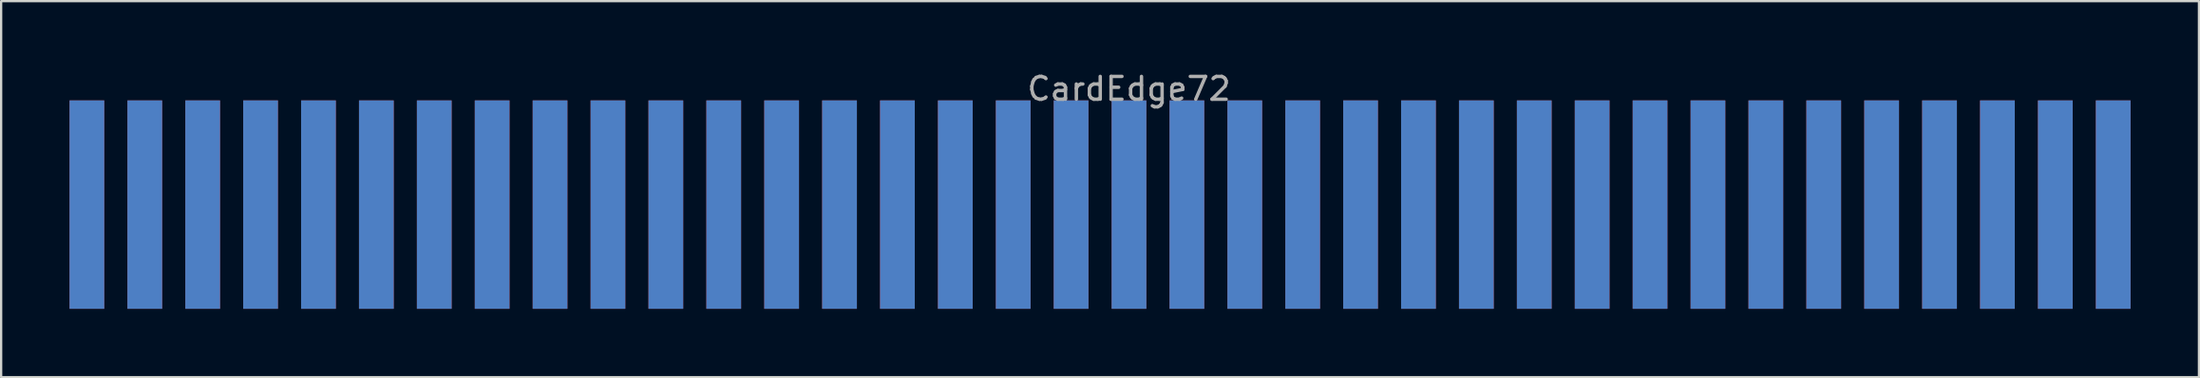
<source format=kicad_pcb>
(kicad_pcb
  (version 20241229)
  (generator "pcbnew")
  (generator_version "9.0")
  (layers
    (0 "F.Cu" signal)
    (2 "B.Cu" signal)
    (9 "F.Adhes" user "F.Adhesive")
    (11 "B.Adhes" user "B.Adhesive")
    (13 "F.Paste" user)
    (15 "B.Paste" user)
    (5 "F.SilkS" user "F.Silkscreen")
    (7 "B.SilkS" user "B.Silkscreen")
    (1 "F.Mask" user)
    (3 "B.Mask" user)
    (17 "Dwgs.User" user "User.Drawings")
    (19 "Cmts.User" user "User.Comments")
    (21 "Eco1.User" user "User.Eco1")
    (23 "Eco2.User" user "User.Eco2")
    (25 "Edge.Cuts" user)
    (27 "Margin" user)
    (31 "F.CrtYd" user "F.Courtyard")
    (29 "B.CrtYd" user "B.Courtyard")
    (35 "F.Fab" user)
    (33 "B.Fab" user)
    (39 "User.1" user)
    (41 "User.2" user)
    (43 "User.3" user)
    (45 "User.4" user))
  (footprint "CardEdge72"
    (layer "F.Cu")
    (at 46.482 5.928)
    (property "Reference" "CardEdge72" (at 0 -5.08 0) (layer "F.Fab") (effects (font (size 1 1) (thickness 0.15))))
    (attr through_hole)
    (pad "1" connect rect (at -45.72 0) (size 1.524 9.144) (layers "B.Cu"))
    (pad "2" connect rect (at -45.72 0) (size 1.524 9.144) (layers "F.Cu"))
    (pad "3" connect rect (at -43.18 0) (size 1.524 9.144) (layers "B.Cu"))
    (pad "4" connect rect (at -43.18 0) (size 1.524 9.144) (layers "F.Cu"))
    (pad "5" connect rect (at -40.64 0) (size 1.524 9.144) (layers "B.Cu"))
    (pad "6" connect rect (at -40.64 0) (size 1.524 9.144) (layers "F.Cu"))
    (pad "7" connect rect (at -38.1 0) (size 1.524 9.144) (layers "B.Cu"))
    (pad "8" connect rect (at -38.1 0) (size 1.524 9.144) (layers "F.Cu"))
    (pad "9" connect rect (at -35.56 0) (size 1.524 9.144) (layers "B.Cu"))
    (pad "10" connect rect (at -35.56 0) (size 1.524 9.144) (layers "F.Cu"))
    (pad "11" connect rect (at -33.02 0) (size 1.524 9.144) (layers "B.Cu"))
    (pad "12" connect rect (at -33.02 0) (size 1.524 9.144) (layers "F.Cu"))
    (pad "13" connect rect (at -30.48 0) (size 1.524 9.144) (layers "B.Cu"))
    (pad "14" connect rect (at -30.48 0) (size 1.524 9.144) (layers "F.Cu"))
    (pad "15" connect rect (at -27.94 0) (size 1.524 9.144) (layers "B.Cu"))
    (pad "16" connect rect (at -27.94 0) (size 1.524 9.144) (layers "F.Cu"))
    (pad "17" connect rect (at -25.4 0) (size 1.524 9.144) (layers "B.Cu"))
    (pad "18" connect rect (at -25.4 0) (size 1.524 9.144) (layers "F.Cu"))
    (pad "19" connect rect (at -22.86 0) (size 1.524 9.144) (layers "B.Cu"))
    (pad "20" connect rect (at -22.86 0) (size 1.524 9.144) (layers "F.Cu"))
    (pad "21" connect rect (at -20.32 0) (size 1.524 9.144) (layers "B.Cu"))
    (pad "22" connect rect (at -20.32 0) (size 1.524 9.144) (layers "F.Cu"))
    (pad "23" connect rect (at -17.78 0) (size 1.524 9.144) (layers "B.Cu"))
    (pad "24" connect rect (at -17.78 0) (size 1.524 9.144) (layers "F.Cu"))
    (pad "25" connect rect (at -15.24 0) (size 1.524 9.144) (layers "B.Cu"))
    (pad "26" connect rect (at -15.24 0) (size 1.524 9.144) (layers "F.Cu"))
    (pad "27" connect rect (at -12.7 0) (size 1.524 9.144) (layers "B.Cu"))
    (pad "28" connect rect (at -12.7 0) (size 1.524 9.144) (layers "F.Cu"))
    (pad "29" connect rect (at -10.16 0) (size 1.524 9.144) (layers "B.Cu"))
    (pad "30" connect rect (at -10.16 0) (size 1.524 9.144) (layers "F.Cu"))
    (pad "31" connect rect (at -7.62 0) (size 1.524 9.144) (layers "B.Cu"))
    (pad "32" connect rect (at -7.62 0) (size 1.524 9.144) (layers "F.Cu"))
    (pad "33" connect rect (at -5.08 0) (size 1.524 9.144) (layers "B.Cu"))
    (pad "34" connect rect (at -5.08 0) (size 1.524 9.144) (layers "F.Cu"))
    (pad "35" connect rect (at -2.54 0) (size 1.524 9.144) (layers "B.Cu"))
    (pad "36" connect rect (at -2.54 0) (size 1.524 9.144) (layers "F.Cu"))
    (pad "37" connect rect (at 0 0) (size 1.524 9.144) (layers "B.Cu"))
    (pad "38" connect rect (at 0 0) (size 1.524 9.144) (layers "F.Cu"))
    (pad "39" connect rect (at 2.54 0) (size 1.524 9.144) (layers "B.Cu"))
    (pad "40" connect rect (at 2.54 0) (size 1.524 9.144) (layers "F.Cu"))
    (pad "41" connect rect (at 5.08 0) (size 1.524 9.144) (layers "B.Cu"))
    (pad "42" connect rect (at 5.08 0) (size 1.524 9.144) (layers "F.Cu"))
    (pad "43" connect rect (at 7.62 0) (size 1.524 9.144) (layers "B.Cu"))
    (pad "44" connect rect (at 7.62 0) (size 1.524 9.144) (layers "F.Cu"))
    (pad "45" connect rect (at 10.16 0) (size 1.524 9.144) (layers "B.Cu"))
    (pad "46" connect rect (at 10.16 0) (size 1.524 9.144) (layers "F.Cu"))
    (pad "47" connect rect (at 12.7 0) (size 1.524 9.144) (layers "B.Cu"))
    (pad "48" connect rect (at 12.7 0) (size 1.524 9.144) (layers "F.Cu"))
    (pad "49" connect rect (at 15.24 0) (size 1.524 9.144) (layers "B.Cu"))
    (pad "50" connect rect (at 15.24 0) (size 1.524 9.144) (layers "F.Cu"))
    (pad "51" connect rect (at 17.78 0) (size 1.524 9.144) (layers "B.Cu"))
    (pad "52" connect rect (at 17.78 0) (size 1.524 9.144) (layers "F.Cu"))
    (pad "53" connect rect (at 20.32 0) (size 1.524 9.144) (layers "B.Cu"))
    (pad "54" connect rect (at 20.32 0) (size 1.524 9.144) (layers "F.Cu"))
    (pad "55" connect rect (at 22.86 0) (size 1.524 9.144) (layers "B.Cu"))
    (pad "56" connect rect (at 22.86 0) (size 1.524 9.144) (layers "F.Cu"))
    (pad "57" connect rect (at 25.4 0) (size 1.524 9.144) (layers "B.Cu"))
    (pad "58" connect rect (at 25.4 0) (size 1.524 9.144) (layers "F.Cu"))
    (pad "59" connect rect (at 27.94 0) (size 1.524 9.144) (layers "B.Cu"))
    (pad "60" connect rect (at 27.94 0) (size 1.524 9.144) (layers "F.Cu"))
    (pad "61" connect rect (at 30.48 0) (size 1.524 9.144) (layers "B.Cu"))
    (pad "62" connect rect (at 30.48 0) (size 1.524 9.144) (layers "F.Cu"))
    (pad "63" connect rect (at 33.02 0) (size 1.524 9.144) (layers "B.Cu"))
    (pad "64" connect rect (at 33.02 0) (size 1.524 9.144) (layers "F.Cu"))
    (pad "65" connect rect (at 35.56 0) (size 1.524 9.144) (layers "B.Cu"))
    (pad "66" connect rect (at 35.56 0) (size 1.524 9.144) (layers "F.Cu"))
    (pad "67" connect rect (at 38.1 0) (size 1.524 9.144) (layers "B.Cu"))
    (pad "68" connect rect (at 38.1 0) (size 1.524 9.144) (layers "F.Cu"))
    (pad "69" connect rect (at 40.64 0) (size 1.524 9.144) (layers "B.Cu"))
    (pad "70" connect rect (at 40.64 0) (size 1.524 9.144) (layers "F.Cu"))
    (pad "71" connect rect (at 43.18 0) (size 1.524 9.144) (layers "B.Cu"))
    (pad "72" connect rect (at 43.18 0) (size 1.524 9.144) (layers "F.Cu")))
  (gr_rect
    (start -3 -3)
    (end 93.424 13.5)
    (stroke (width 0.1) (type default))
    (fill no)
    (layer "Edge.Cuts")))
</source>
